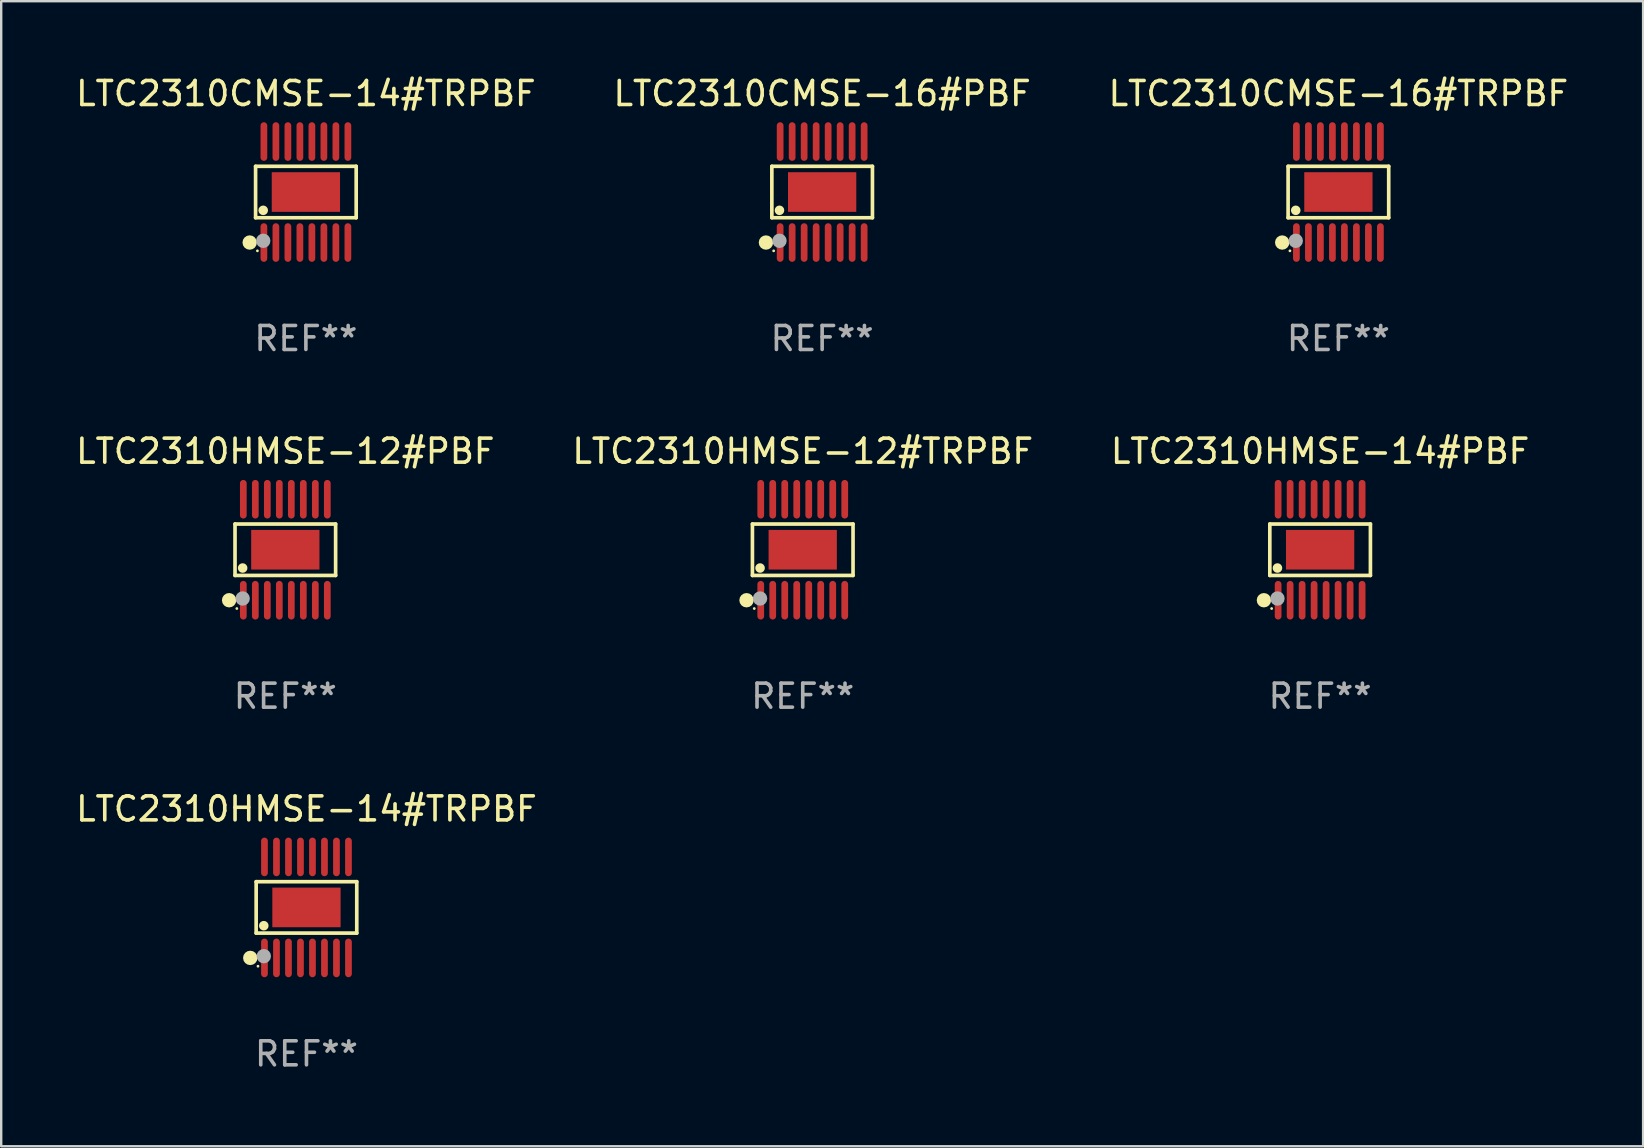
<source format=kicad_pcb>
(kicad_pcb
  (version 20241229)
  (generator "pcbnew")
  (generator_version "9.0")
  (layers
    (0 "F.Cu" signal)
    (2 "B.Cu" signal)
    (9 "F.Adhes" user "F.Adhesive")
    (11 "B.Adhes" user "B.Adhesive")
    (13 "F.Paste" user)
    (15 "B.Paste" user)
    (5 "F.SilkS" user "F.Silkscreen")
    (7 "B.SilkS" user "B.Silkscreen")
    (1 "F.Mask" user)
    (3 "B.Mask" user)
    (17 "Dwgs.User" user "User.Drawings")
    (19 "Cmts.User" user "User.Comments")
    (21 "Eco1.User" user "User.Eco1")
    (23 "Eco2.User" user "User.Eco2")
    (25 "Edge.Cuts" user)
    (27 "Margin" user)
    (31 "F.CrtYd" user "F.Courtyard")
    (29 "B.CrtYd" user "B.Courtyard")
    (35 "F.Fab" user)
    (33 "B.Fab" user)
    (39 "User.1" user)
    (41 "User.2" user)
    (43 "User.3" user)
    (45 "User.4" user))
  (footprint "LTC2310CMSE-16#TRPBF"
    (layer "F.Cu")
    (at 52.72 4.952)
    (property "Reference" "LTC2310CMSE-16#TRPBF" (at 0 -4.104 0) (layer "F.SilkS") (effects (font (size 1 1) (thickness 0.15))))
    (attr through_hole)
    (fp_line (start -2.096 -1.072) (end 2.096 -1.072) (stroke (width 0.152) (type solid)) (layer "F.SilkS"))
    (fp_line (start -2.096 1.071) (end -2.096 -1.072) (stroke (width 0.152) (type solid)) (layer "F.SilkS"))
    (fp_line (start 2.096 -1.072) (end 2.096 1.071) (stroke (width 0.152) (type solid)) (layer "F.SilkS"))
    (fp_line (start 2.096 1.071) (end -2.096 1.071) (stroke (width 0.152) (type solid)) (layer "F.SilkS"))
    (fp_circle (center -2.342 2.104) (end -2.192 2.104) (stroke (width 0.3) (type solid)) (fill no) (layer "F.SilkS"))
    (fp_circle (center -2.02 2.45) (end -1.99 2.45) (stroke (width 0.06) (type solid)) (fill no) (layer "F.SilkS"))
    (fp_circle (center -1.778 0.762) (end -1.678 0.762) (stroke (width 0.2) (type solid)) (fill no) (layer "F.SilkS"))
    (fp_circle (center -1.778 2.032) (end -1.628 2.032) (stroke (width 0.3) (type solid)) (fill no) (layer "F.Fab"))
    (fp_text user "REF**" (at 0 6.104 0) (layer "F.Fab") (effects (font (size 1 1) (thickness 0.15))))
    (pad "1" smd oval (at -1.75 2.104) (size 0.28 1.608) (layers "F.Cu" "F.Mask" "F.Paste"))
    (pad "2" smd oval (at -1.25 2.104) (size 0.28 1.608) (layers "F.Cu" "F.Mask" "F.Paste"))
    (pad "3" smd oval (at -0.75 2.104) (size 0.28 1.608) (layers "F.Cu" "F.Mask" "F.Paste"))
    (pad "4" smd oval (at -0.25 2.104) (size 0.28 1.608) (layers "F.Cu" "F.Mask" "F.Paste"))
    (pad "5" smd oval (at 0.25 2.104) (size 0.28 1.608) (layers "F.Cu" "F.Mask" "F.Paste"))
    (pad "6" smd oval (at 0.75 2.104) (size 0.28 1.608) (layers "F.Cu" "F.Mask" "F.Paste"))
    (pad "7" smd oval (at 1.25 2.104) (size 0.28 1.608) (layers "F.Cu" "F.Mask" "F.Paste"))
    (pad "8" smd oval (at 1.75 2.104) (size 0.28 1.608) (layers "F.Cu" "F.Mask" "F.Paste"))
    (pad "9" smd oval (at 1.75 -2.104) (size 0.28 1.608) (layers "F.Cu" "F.Mask" "F.Paste"))
    (pad "10" smd oval (at 1.25 -2.104) (size 0.28 1.608) (layers "F.Cu" "F.Mask" "F.Paste"))
    (pad "11" smd oval (at 0.75 -2.104) (size 0.28 1.608) (layers "F.Cu" "F.Mask" "F.Paste"))
    (pad "12" smd oval (at 0.25 -2.104) (size 0.28 1.608) (layers "F.Cu" "F.Mask" "F.Paste"))
    (pad "13" smd oval (at -0.25 -2.104) (size 0.28 1.608) (layers "F.Cu" "F.Mask" "F.Paste"))
    (pad "14" smd oval (at -0.75 -2.104) (size 0.28 1.608) (layers "F.Cu" "F.Mask" "F.Paste"))
    (pad "15" smd oval (at -1.25 -2.104) (size 0.28 1.608) (layers "F.Cu" "F.Mask" "F.Paste"))
    (pad "16" smd oval (at -1.75 -2.104) (size 0.28 1.608) (layers "F.Cu" "F.Mask" "F.Paste"))
    (pad "17" smd rect (at 0 -0.000127) (size 2.845 1.651) (layers "F.Cu" "F.Mask" "F.Paste")))
  (footprint "LTC2310CMSE-16#PBF"
    (layer "F.Cu")
    (at 31.208 4.952)
    (property "Reference" "LTC2310CMSE-16#PBF" (at 0 -4.104 0) (layer "F.SilkS") (effects (font (size 1 1) (thickness 0.15))))
    (attr through_hole)
    (fp_line (start -2.096 -1.072) (end 2.096 -1.072) (stroke (width 0.152) (type solid)) (layer "F.SilkS"))
    (fp_line (start -2.096 1.071) (end -2.096 -1.072) (stroke (width 0.152) (type solid)) (layer "F.SilkS"))
    (fp_line (start 2.096 -1.072) (end 2.096 1.071) (stroke (width 0.152) (type solid)) (layer "F.SilkS"))
    (fp_line (start 2.096 1.071) (end -2.096 1.071) (stroke (width 0.152) (type solid)) (layer "F.SilkS"))
    (fp_circle (center -2.342 2.104) (end -2.192 2.104) (stroke (width 0.3) (type solid)) (fill no) (layer "F.SilkS"))
    (fp_circle (center -2.02 2.45) (end -1.99 2.45) (stroke (width 0.06) (type solid)) (fill no) (layer "F.SilkS"))
    (fp_circle (center -1.778 0.762) (end -1.678 0.762) (stroke (width 0.2) (type solid)) (fill no) (layer "F.SilkS"))
    (fp_circle (center -1.778 2.032) (end -1.628 2.032) (stroke (width 0.3) (type solid)) (fill no) (layer "F.Fab"))
    (fp_text user "REF**" (at 0 6.104 0) (layer "F.Fab") (effects (font (size 1 1) (thickness 0.15))))
    (pad "1" smd oval (at -1.75 2.104) (size 0.28 1.608) (layers "F.Cu" "F.Mask" "F.Paste"))
    (pad "2" smd oval (at -1.25 2.104) (size 0.28 1.608) (layers "F.Cu" "F.Mask" "F.Paste"))
    (pad "3" smd oval (at -0.75 2.104) (size 0.28 1.608) (layers "F.Cu" "F.Mask" "F.Paste"))
    (pad "4" smd oval (at -0.25 2.104) (size 0.28 1.608) (layers "F.Cu" "F.Mask" "F.Paste"))
    (pad "5" smd oval (at 0.25 2.104) (size 0.28 1.608) (layers "F.Cu" "F.Mask" "F.Paste"))
    (pad "6" smd oval (at 0.75 2.104) (size 0.28 1.608) (layers "F.Cu" "F.Mask" "F.Paste"))
    (pad "7" smd oval (at 1.25 2.104) (size 0.28 1.608) (layers "F.Cu" "F.Mask" "F.Paste"))
    (pad "8" smd oval (at 1.75 2.104) (size 0.28 1.608) (layers "F.Cu" "F.Mask" "F.Paste"))
    (pad "9" smd oval (at 1.75 -2.104) (size 0.28 1.608) (layers "F.Cu" "F.Mask" "F.Paste"))
    (pad "10" smd oval (at 1.25 -2.104) (size 0.28 1.608) (layers "F.Cu" "F.Mask" "F.Paste"))
    (pad "11" smd oval (at 0.75 -2.104) (size 0.28 1.608) (layers "F.Cu" "F.Mask" "F.Paste"))
    (pad "12" smd oval (at 0.25 -2.104) (size 0.28 1.608) (layers "F.Cu" "F.Mask" "F.Paste"))
    (pad "13" smd oval (at -0.25 -2.104) (size 0.28 1.608) (layers "F.Cu" "F.Mask" "F.Paste"))
    (pad "14" smd oval (at -0.75 -2.104) (size 0.28 1.608) (layers "F.Cu" "F.Mask" "F.Paste"))
    (pad "15" smd oval (at -1.25 -2.104) (size 0.28 1.608) (layers "F.Cu" "F.Mask" "F.Paste"))
    (pad "16" smd oval (at -1.75 -2.104) (size 0.28 1.608) (layers "F.Cu" "F.Mask" "F.Paste"))
    (pad "17" smd rect (at 0 -0.000127) (size 2.845 1.651) (layers "F.Cu" "F.Mask" "F.Paste")))
  (footprint "LTC2310HMSE-12#TRPBF"
    (layer "F.Cu")
    (at 30.399 19.857)
    (property "Reference" "LTC2310HMSE-12#TRPBF" (at 0 -4.104 0) (layer "F.SilkS") (effects (font (size 1 1) (thickness 0.15))))
    (attr through_hole)
    (fp_line (start -2.096 -1.072) (end 2.096 -1.072) (stroke (width 0.152) (type solid)) (layer "F.SilkS"))
    (fp_line (start -2.096 1.071) (end -2.096 -1.072) (stroke (width 0.152) (type solid)) (layer "F.SilkS"))
    (fp_line (start 2.096 -1.072) (end 2.096 1.071) (stroke (width 0.152) (type solid)) (layer "F.SilkS"))
    (fp_line (start 2.096 1.071) (end -2.096 1.071) (stroke (width 0.152) (type solid)) (layer "F.SilkS"))
    (fp_circle (center -2.342 2.104) (end -2.192 2.104) (stroke (width 0.3) (type solid)) (fill no) (layer "F.SilkS"))
    (fp_circle (center -2.02 2.45) (end -1.99 2.45) (stroke (width 0.06) (type solid)) (fill no) (layer "F.SilkS"))
    (fp_circle (center -1.778 0.762) (end -1.678 0.762) (stroke (width 0.2) (type solid)) (fill no) (layer "F.SilkS"))
    (fp_circle (center -1.778 2.032) (end -1.628 2.032) (stroke (width 0.3) (type solid)) (fill no) (layer "F.Fab"))
    (fp_text user "REF**" (at 0 6.104 0) (layer "F.Fab") (effects (font (size 1 1) (thickness 0.15))))
    (pad "1" smd oval (at -1.75 2.104) (size 0.28 1.608) (layers "F.Cu" "F.Mask" "F.Paste"))
    (pad "2" smd oval (at -1.25 2.104) (size 0.28 1.608) (layers "F.Cu" "F.Mask" "F.Paste"))
    (pad "3" smd oval (at -0.75 2.104) (size 0.28 1.608) (layers "F.Cu" "F.Mask" "F.Paste"))
    (pad "4" smd oval (at -0.25 2.104) (size 0.28 1.608) (layers "F.Cu" "F.Mask" "F.Paste"))
    (pad "5" smd oval (at 0.25 2.104) (size 0.28 1.608) (layers "F.Cu" "F.Mask" "F.Paste"))
    (pad "6" smd oval (at 0.75 2.104) (size 0.28 1.608) (layers "F.Cu" "F.Mask" "F.Paste"))
    (pad "7" smd oval (at 1.25 2.104) (size 0.28 1.608) (layers "F.Cu" "F.Mask" "F.Paste"))
    (pad "8" smd oval (at 1.75 2.104) (size 0.28 1.608) (layers "F.Cu" "F.Mask" "F.Paste"))
    (pad "9" smd oval (at 1.75 -2.104) (size 0.28 1.608) (layers "F.Cu" "F.Mask" "F.Paste"))
    (pad "10" smd oval (at 1.25 -2.104) (size 0.28 1.608) (layers "F.Cu" "F.Mask" "F.Paste"))
    (pad "11" smd oval (at 0.75 -2.104) (size 0.28 1.608) (layers "F.Cu" "F.Mask" "F.Paste"))
    (pad "12" smd oval (at 0.25 -2.104) (size 0.28 1.608) (layers "F.Cu" "F.Mask" "F.Paste"))
    (pad "13" smd oval (at -0.25 -2.104) (size 0.28 1.608) (layers "F.Cu" "F.Mask" "F.Paste"))
    (pad "14" smd oval (at -0.75 -2.104) (size 0.28 1.608) (layers "F.Cu" "F.Mask" "F.Paste"))
    (pad "15" smd oval (at -1.25 -2.104) (size 0.28 1.608) (layers "F.Cu" "F.Mask" "F.Paste"))
    (pad "16" smd oval (at -1.75 -2.104) (size 0.28 1.608) (layers "F.Cu" "F.Mask" "F.Paste"))
    (pad "17" smd rect (at 0 -0.000127) (size 2.845 1.651) (layers "F.Cu" "F.Mask" "F.Paste")))
  (footprint "LTC2310CMSE-14#TRPBF"
    (layer "F.Cu")
    (at 9.696 4.952)
    (property "Reference" "LTC2310CMSE-14#TRPBF" (at 0 -4.104 0) (layer "F.SilkS") (effects (font (size 1 1) (thickness 0.15))))
    (attr through_hole)
    (fp_line (start -2.096 -1.072) (end 2.096 -1.072) (stroke (width 0.152) (type solid)) (layer "F.SilkS"))
    (fp_line (start -2.096 1.071) (end -2.096 -1.072) (stroke (width 0.152) (type solid)) (layer "F.SilkS"))
    (fp_line (start 2.096 -1.072) (end 2.096 1.071) (stroke (width 0.152) (type solid)) (layer "F.SilkS"))
    (fp_line (start 2.096 1.071) (end -2.096 1.071) (stroke (width 0.152) (type solid)) (layer "F.SilkS"))
    (fp_circle (center -2.342 2.104) (end -2.192 2.104) (stroke (width 0.3) (type solid)) (fill no) (layer "F.SilkS"))
    (fp_circle (center -2.02 2.45) (end -1.99 2.45) (stroke (width 0.06) (type solid)) (fill no) (layer "F.SilkS"))
    (fp_circle (center -1.778 0.762) (end -1.678 0.762) (stroke (width 0.2) (type solid)) (fill no) (layer "F.SilkS"))
    (fp_circle (center -1.778 2.032) (end -1.628 2.032) (stroke (width 0.3) (type solid)) (fill no) (layer "F.Fab"))
    (fp_text user "REF**" (at 0 6.104 0) (layer "F.Fab") (effects (font (size 1 1) (thickness 0.15))))
    (pad "1" smd oval (at -1.75 2.104) (size 0.28 1.608) (layers "F.Cu" "F.Mask" "F.Paste"))
    (pad "2" smd oval (at -1.25 2.104) (size 0.28 1.608) (layers "F.Cu" "F.Mask" "F.Paste"))
    (pad "3" smd oval (at -0.75 2.104) (size 0.28 1.608) (layers "F.Cu" "F.Mask" "F.Paste"))
    (pad "4" smd oval (at -0.25 2.104) (size 0.28 1.608) (layers "F.Cu" "F.Mask" "F.Paste"))
    (pad "5" smd oval (at 0.25 2.104) (size 0.28 1.608) (layers "F.Cu" "F.Mask" "F.Paste"))
    (pad "6" smd oval (at 0.75 2.104) (size 0.28 1.608) (layers "F.Cu" "F.Mask" "F.Paste"))
    (pad "7" smd oval (at 1.25 2.104) (size 0.28 1.608) (layers "F.Cu" "F.Mask" "F.Paste"))
    (pad "8" smd oval (at 1.75 2.104) (size 0.28 1.608) (layers "F.Cu" "F.Mask" "F.Paste"))
    (pad "9" smd oval (at 1.75 -2.104) (size 0.28 1.608) (layers "F.Cu" "F.Mask" "F.Paste"))
    (pad "10" smd oval (at 1.25 -2.104) (size 0.28 1.608) (layers "F.Cu" "F.Mask" "F.Paste"))
    (pad "11" smd oval (at 0.75 -2.104) (size 0.28 1.608) (layers "F.Cu" "F.Mask" "F.Paste"))
    (pad "12" smd oval (at 0.25 -2.104) (size 0.28 1.608) (layers "F.Cu" "F.Mask" "F.Paste"))
    (pad "13" smd oval (at -0.25 -2.104) (size 0.28 1.608) (layers "F.Cu" "F.Mask" "F.Paste"))
    (pad "14" smd oval (at -0.75 -2.104) (size 0.28 1.608) (layers "F.Cu" "F.Mask" "F.Paste"))
    (pad "15" smd oval (at -1.25 -2.104) (size 0.28 1.608) (layers "F.Cu" "F.Mask" "F.Paste"))
    (pad "16" smd oval (at -1.75 -2.104) (size 0.28 1.608) (layers "F.Cu" "F.Mask" "F.Paste"))
    (pad "17" smd rect (at 0 -0.000127) (size 2.845 1.651) (layers "F.Cu" "F.Mask" "F.Paste")))
  (footprint "LTC2310HMSE-12#PBF"
    (layer "F.Cu")
    (at 8.839 19.857)
    (property "Reference" "LTC2310HMSE-12#PBF" (at 0 -4.104 0) (layer "F.SilkS") (effects (font (size 1 1) (thickness 0.15))))
    (attr through_hole)
    (fp_line (start -2.096 -1.072) (end 2.096 -1.072) (stroke (width 0.152) (type solid)) (layer "F.SilkS"))
    (fp_line (start -2.096 1.071) (end -2.096 -1.072) (stroke (width 0.152) (type solid)) (layer "F.SilkS"))
    (fp_line (start 2.096 -1.072) (end 2.096 1.071) (stroke (width 0.152) (type solid)) (layer "F.SilkS"))
    (fp_line (start 2.096 1.071) (end -2.096 1.071) (stroke (width 0.152) (type solid)) (layer "F.SilkS"))
    (fp_circle (center -2.342 2.104) (end -2.192 2.104) (stroke (width 0.3) (type solid)) (fill no) (layer "F.SilkS"))
    (fp_circle (center -2.02 2.45) (end -1.99 2.45) (stroke (width 0.06) (type solid)) (fill no) (layer "F.SilkS"))
    (fp_circle (center -1.778 0.762) (end -1.678 0.762) (stroke (width 0.2) (type solid)) (fill no) (layer "F.SilkS"))
    (fp_circle (center -1.778 2.032) (end -1.628 2.032) (stroke (width 0.3) (type solid)) (fill no) (layer "F.Fab"))
    (fp_text user "REF**" (at 0 6.104 0) (layer "F.Fab") (effects (font (size 1 1) (thickness 0.15))))
    (pad "1" smd oval (at -1.75 2.104) (size 0.28 1.608) (layers "F.Cu" "F.Mask" "F.Paste"))
    (pad "2" smd oval (at -1.25 2.104) (size 0.28 1.608) (layers "F.Cu" "F.Mask" "F.Paste"))
    (pad "3" smd oval (at -0.75 2.104) (size 0.28 1.608) (layers "F.Cu" "F.Mask" "F.Paste"))
    (pad "4" smd oval (at -0.25 2.104) (size 0.28 1.608) (layers "F.Cu" "F.Mask" "F.Paste"))
    (pad "5" smd oval (at 0.25 2.104) (size 0.28 1.608) (layers "F.Cu" "F.Mask" "F.Paste"))
    (pad "6" smd oval (at 0.75 2.104) (size 0.28 1.608) (layers "F.Cu" "F.Mask" "F.Paste"))
    (pad "7" smd oval (at 1.25 2.104) (size 0.28 1.608) (layers "F.Cu" "F.Mask" "F.Paste"))
    (pad "8" smd oval (at 1.75 2.104) (size 0.28 1.608) (layers "F.Cu" "F.Mask" "F.Paste"))
    (pad "9" smd oval (at 1.75 -2.104) (size 0.28 1.608) (layers "F.Cu" "F.Mask" "F.Paste"))
    (pad "10" smd oval (at 1.25 -2.104) (size 0.28 1.608) (layers "F.Cu" "F.Mask" "F.Paste"))
    (pad "11" smd oval (at 0.75 -2.104) (size 0.28 1.608) (layers "F.Cu" "F.Mask" "F.Paste"))
    (pad "12" smd oval (at 0.25 -2.104) (size 0.28 1.608) (layers "F.Cu" "F.Mask" "F.Paste"))
    (pad "13" smd oval (at -0.25 -2.104) (size 0.28 1.608) (layers "F.Cu" "F.Mask" "F.Paste"))
    (pad "14" smd oval (at -0.75 -2.104) (size 0.28 1.608) (layers "F.Cu" "F.Mask" "F.Paste"))
    (pad "15" smd oval (at -1.25 -2.104) (size 0.28 1.608) (layers "F.Cu" "F.Mask" "F.Paste"))
    (pad "16" smd oval (at -1.75 -2.104) (size 0.28 1.608) (layers "F.Cu" "F.Mask" "F.Paste"))
    (pad "17" smd rect (at 0 -0.000127) (size 2.845 1.651) (layers "F.Cu" "F.Mask" "F.Paste")))
  (footprint "LTC2310HMSE-14#TRPBF"
    (layer "F.Cu")
    (at 9.72 34.761)
    (property "Reference" "LTC2310HMSE-14#TRPBF" (at 0 -4.104 0) (layer "F.SilkS") (effects (font (size 1 1) (thickness 0.15))))
    (attr through_hole)
    (fp_line (start -2.096 -1.072) (end 2.096 -1.072) (stroke (width 0.152) (type solid)) (layer "F.SilkS"))
    (fp_line (start -2.096 1.071) (end -2.096 -1.072) (stroke (width 0.152) (type solid)) (layer "F.SilkS"))
    (fp_line (start 2.096 -1.072) (end 2.096 1.071) (stroke (width 0.152) (type solid)) (layer "F.SilkS"))
    (fp_line (start 2.096 1.071) (end -2.096 1.071) (stroke (width 0.152) (type solid)) (layer "F.SilkS"))
    (fp_circle (center -2.342 2.104) (end -2.192 2.104) (stroke (width 0.3) (type solid)) (fill no) (layer "F.SilkS"))
    (fp_circle (center -2.02 2.45) (end -1.99 2.45) (stroke (width 0.06) (type solid)) (fill no) (layer "F.SilkS"))
    (fp_circle (center -1.778 0.762) (end -1.678 0.762) (stroke (width 0.2) (type solid)) (fill no) (layer "F.SilkS"))
    (fp_circle (center -1.778 2.032) (end -1.628 2.032) (stroke (width 0.3) (type solid)) (fill no) (layer "F.Fab"))
    (fp_text user "REF**" (at 0 6.104 0) (layer "F.Fab") (effects (font (size 1 1) (thickness 0.15))))
    (pad "1" smd oval (at -1.75 2.104) (size 0.28 1.608) (layers "F.Cu" "F.Mask" "F.Paste"))
    (pad "2" smd oval (at -1.25 2.104) (size 0.28 1.608) (layers "F.Cu" "F.Mask" "F.Paste"))
    (pad "3" smd oval (at -0.75 2.104) (size 0.28 1.608) (layers "F.Cu" "F.Mask" "F.Paste"))
    (pad "4" smd oval (at -0.25 2.104) (size 0.28 1.608) (layers "F.Cu" "F.Mask" "F.Paste"))
    (pad "5" smd oval (at 0.25 2.104) (size 0.28 1.608) (layers "F.Cu" "F.Mask" "F.Paste"))
    (pad "6" smd oval (at 0.75 2.104) (size 0.28 1.608) (layers "F.Cu" "F.Mask" "F.Paste"))
    (pad "7" smd oval (at 1.25 2.104) (size 0.28 1.608) (layers "F.Cu" "F.Mask" "F.Paste"))
    (pad "8" smd oval (at 1.75 2.104) (size 0.28 1.608) (layers "F.Cu" "F.Mask" "F.Paste"))
    (pad "9" smd oval (at 1.75 -2.104) (size 0.28 1.608) (layers "F.Cu" "F.Mask" "F.Paste"))
    (pad "10" smd oval (at 1.25 -2.104) (size 0.28 1.608) (layers "F.Cu" "F.Mask" "F.Paste"))
    (pad "11" smd oval (at 0.75 -2.104) (size 0.28 1.608) (layers "F.Cu" "F.Mask" "F.Paste"))
    (pad "12" smd oval (at 0.25 -2.104) (size 0.28 1.608) (layers "F.Cu" "F.Mask" "F.Paste"))
    (pad "13" smd oval (at -0.25 -2.104) (size 0.28 1.608) (layers "F.Cu" "F.Mask" "F.Paste"))
    (pad "14" smd oval (at -0.75 -2.104) (size 0.28 1.608) (layers "F.Cu" "F.Mask" "F.Paste"))
    (pad "15" smd oval (at -1.25 -2.104) (size 0.28 1.608) (layers "F.Cu" "F.Mask" "F.Paste"))
    (pad "16" smd oval (at -1.75 -2.104) (size 0.28 1.608) (layers "F.Cu" "F.Mask" "F.Paste"))
    (pad "17" smd rect (at 0 -0.000127) (size 2.845 1.651) (layers "F.Cu" "F.Mask" "F.Paste")))
  (footprint "LTC2310HMSE-14#PBF"
    (layer "F.Cu")
    (at 51.958 19.857)
    (property "Reference" "LTC2310HMSE-14#PBF" (at 0 -4.104 0) (layer "F.SilkS") (effects (font (size 1 1) (thickness 0.15))))
    (attr through_hole)
    (fp_line (start -2.096 -1.072) (end 2.096 -1.072) (stroke (width 0.152) (type solid)) (layer "F.SilkS"))
    (fp_line (start -2.096 1.071) (end -2.096 -1.072) (stroke (width 0.152) (type solid)) (layer "F.SilkS"))
    (fp_line (start 2.096 -1.072) (end 2.096 1.071) (stroke (width 0.152) (type solid)) (layer "F.SilkS"))
    (fp_line (start 2.096 1.071) (end -2.096 1.071) (stroke (width 0.152) (type solid)) (layer "F.SilkS"))
    (fp_circle (center -2.342 2.104) (end -2.192 2.104) (stroke (width 0.3) (type solid)) (fill no) (layer "F.SilkS"))
    (fp_circle (center -2.02 2.45) (end -1.99 2.45) (stroke (width 0.06) (type solid)) (fill no) (layer "F.SilkS"))
    (fp_circle (center -1.778 0.762) (end -1.678 0.762) (stroke (width 0.2) (type solid)) (fill no) (layer "F.SilkS"))
    (fp_circle (center -1.778 2.032) (end -1.628 2.032) (stroke (width 0.3) (type solid)) (fill no) (layer "F.Fab"))
    (fp_text user "REF**" (at 0 6.104 0) (layer "F.Fab") (effects (font (size 1 1) (thickness 0.15))))
    (pad "1" smd oval (at -1.75 2.104) (size 0.28 1.608) (layers "F.Cu" "F.Mask" "F.Paste"))
    (pad "2" smd oval (at -1.25 2.104) (size 0.28 1.608) (layers "F.Cu" "F.Mask" "F.Paste"))
    (pad "3" smd oval (at -0.75 2.104) (size 0.28 1.608) (layers "F.Cu" "F.Mask" "F.Paste"))
    (pad "4" smd oval (at -0.25 2.104) (size 0.28 1.608) (layers "F.Cu" "F.Mask" "F.Paste"))
    (pad "5" smd oval (at 0.25 2.104) (size 0.28 1.608) (layers "F.Cu" "F.Mask" "F.Paste"))
    (pad "6" smd oval (at 0.75 2.104) (size 0.28 1.608) (layers "F.Cu" "F.Mask" "F.Paste"))
    (pad "7" smd oval (at 1.25 2.104) (size 0.28 1.608) (layers "F.Cu" "F.Mask" "F.Paste"))
    (pad "8" smd oval (at 1.75 2.104) (size 0.28 1.608) (layers "F.Cu" "F.Mask" "F.Paste"))
    (pad "9" smd oval (at 1.75 -2.104) (size 0.28 1.608) (layers "F.Cu" "F.Mask" "F.Paste"))
    (pad "10" smd oval (at 1.25 -2.104) (size 0.28 1.608) (layers "F.Cu" "F.Mask" "F.Paste"))
    (pad "11" smd oval (at 0.75 -2.104) (size 0.28 1.608) (layers "F.Cu" "F.Mask" "F.Paste"))
    (pad "12" smd oval (at 0.25 -2.104) (size 0.28 1.608) (layers "F.Cu" "F.Mask" "F.Paste"))
    (pad "13" smd oval (at -0.25 -2.104) (size 0.28 1.608) (layers "F.Cu" "F.Mask" "F.Paste"))
    (pad "14" smd oval (at -0.75 -2.104) (size 0.28 1.608) (layers "F.Cu" "F.Mask" "F.Paste"))
    (pad "15" smd oval (at -1.25 -2.104) (size 0.28 1.608) (layers "F.Cu" "F.Mask" "F.Paste"))
    (pad "16" smd oval (at -1.75 -2.104) (size 0.28 1.608) (layers "F.Cu" "F.Mask" "F.Paste"))
    (pad "17" smd rect (at 0 -0.000127) (size 2.845 1.651) (layers "F.Cu" "F.Mask" "F.Paste")))
  (gr_rect
    (start -3 -3)
    (end 65.417 44.714)
    (stroke (width 0.1) (type default))
    (fill no)
    (layer "Edge.Cuts")))
</source>
